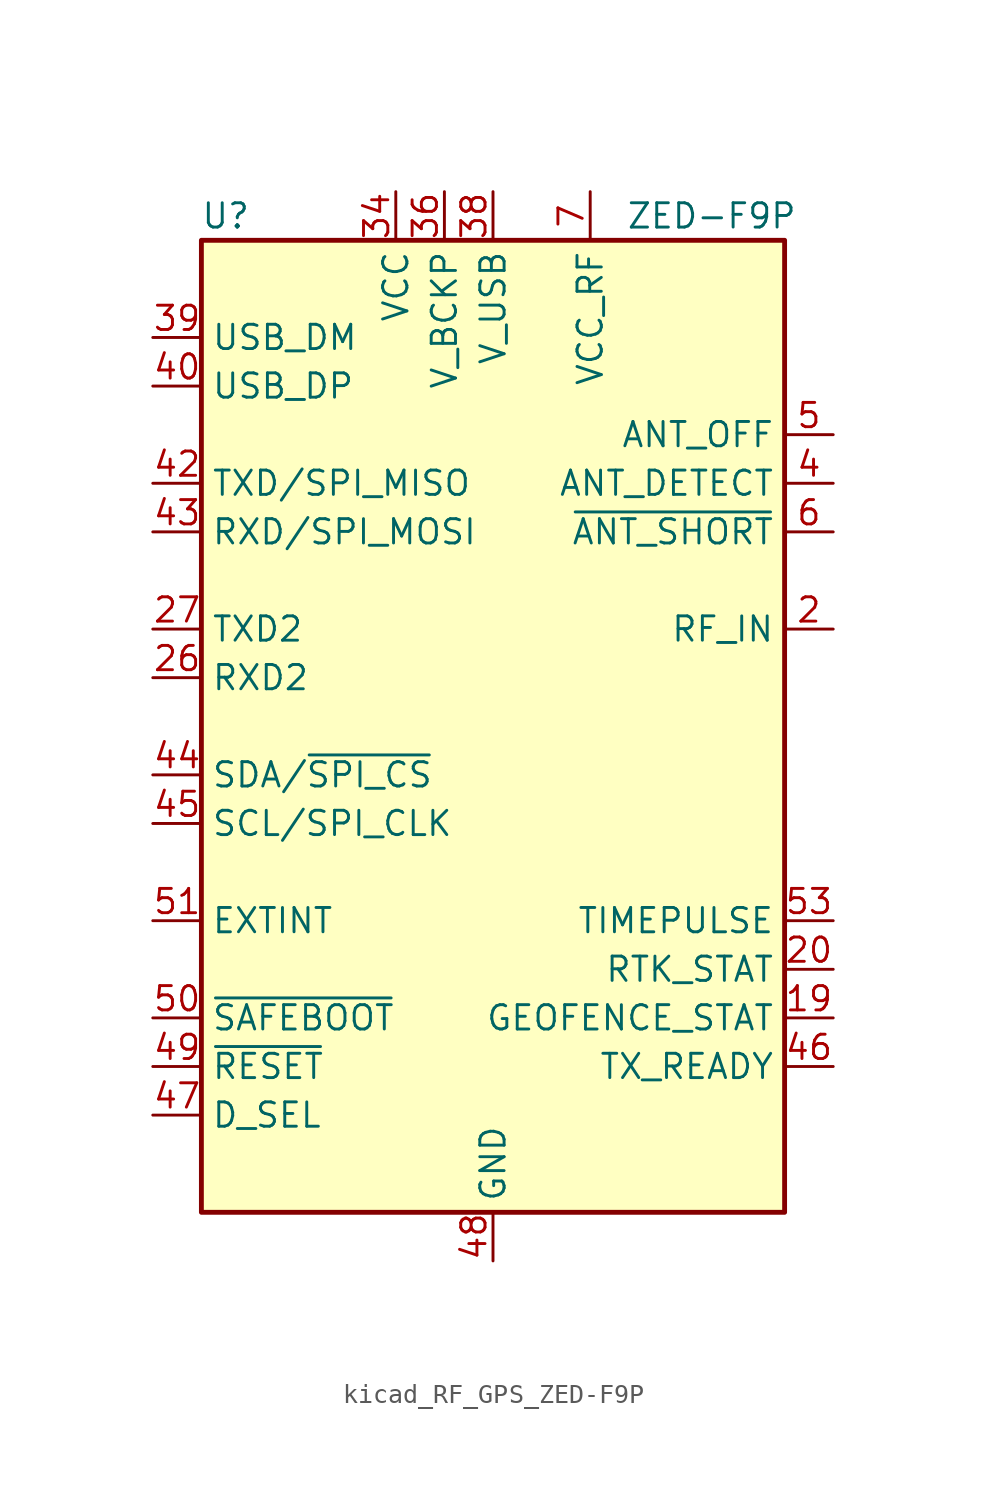
<source format=kicad_sym>
(kicad_symbol_lib
  (version 20220914)
  (generator kicad_symbol_editor)
  (symbol "kicad_RF_GPS_ZED-F9P"
    (property "Reference" "U"
      (at -13.97 26.67 0)
      (effects (font (size 1.27 1.27))))
    (property "Value" "ZED-F9P"
      (at 11.43 26.67 0)
      (effects (font (size 1.27 1.27))))
    (symbol "kicad_RF_GPS_ZED-F9P_0_1"
      (rectangle (start -15.24 25.4) (end 15.24 -25.4) (stroke (width 0.254) (type default)) (fill (type background))))
    (symbol "kicad_RF_GPS_ZED-F9P_1_1"
      (pin passive line (at 0 -27.94 90) (length 2.54) hide (name "GND" (effects (font (size 1.27 1.27)))) (number "1" (effects (font (size 1.27 1.27)))))
      (pin no_connect line (at -15.24 7.62 0) (length 2.54) hide (name "Reserved" (effects (font (size 1.27 1.27)))) (number "10" (effects (font (size 1.27 1.27)))))
      (pin no_connect line (at -15.24 0 0) (length 2.54) hide (name "Reserved" (effects (font (size 1.27 1.27)))) (number "11" (effects (font (size 1.27 1.27)))))
      (pin passive line (at 0 -27.94 90) (length 2.54) hide (name "GND" (effects (font (size 1.27 1.27)))) (number "12" (effects (font (size 1.27 1.27)))))
      (pin no_connect line (at -15.24 -7.62 0) (length 2.54) hide (name "Reserved" (effects (font (size 1.27 1.27)))) (number "13" (effects (font (size 1.27 1.27)))))
      (pin passive line (at 0 -27.94 90) (length 2.54) hide (name "GND" (effects (font (size 1.27 1.27)))) (number "14" (effects (font (size 1.27 1.27)))))
      (pin no_connect line (at -15.24 -12.7 0) (length 2.54) hide (name "Reserved" (effects (font (size 1.27 1.27)))) (number "15" (effects (font (size 1.27 1.27)))))
      (pin no_connect line (at -7.62 -25.4 90) (length 2.54) hide (name "Reserved" (effects (font (size 1.27 1.27)))) (number "16" (effects (font (size 1.27 1.27)))))
      (pin no_connect line (at -5.08 -25.4 90) (length 2.54) hide (name "Reserved" (effects (font (size 1.27 1.27)))) (number "17" (effects (font (size 1.27 1.27)))))
      (pin no_connect line (at -2.54 -25.4 90) (length 2.54) hide (name "Reserved" (effects (font (size 1.27 1.27)))) (number "18" (effects (font (size 1.27 1.27)))))
      (pin output line (at 17.78 -15.24 180) (length 2.54) (name "GEOFENCE_STAT" (effects (font (size 1.27 1.27)))) (number "19" (effects (font (size 1.27 1.27)))))
      (pin input line (at 17.78 5.08 180) (length 2.54) (name "RF_IN" (effects (font (size 1.27 1.27)))) (number "2" (effects (font (size 1.27 1.27)))))
      (pin output line (at 17.78 -12.7 180) (length 2.54) (name "RTK_STAT" (effects (font (size 1.27 1.27)))) (number "20" (effects (font (size 1.27 1.27)))))
      (pin no_connect line (at 2.54 -25.4 90) (length 2.54) hide (name "Reserved" (effects (font (size 1.27 1.27)))) (number "21" (effects (font (size 1.27 1.27)))))
      (pin no_connect line (at 5.08 -25.4 90) (length 2.54) hide (name "Reserved" (effects (font (size 1.27 1.27)))) (number "22" (effects (font (size 1.27 1.27)))))
      (pin no_connect line (at 7.62 -25.4 90) (length 2.54) hide (name "Reserved" (effects (font (size 1.27 1.27)))) (number "23" (effects (font (size 1.27 1.27)))))
      (pin no_connect line (at 15.24 -7.62 180) (length 2.54) hide (name "Reserved" (effects (font (size 1.27 1.27)))) (number "24" (effects (font (size 1.27 1.27)))))
      (pin no_connect line (at 15.24 -5.08 180) (length 2.54) hide (name "Reserved" (effects (font (size 1.27 1.27)))) (number "25" (effects (font (size 1.27 1.27)))))
      (pin input line (at -17.78 2.54 0) (length 2.54) (name "RXD2" (effects (font (size 1.27 1.27)))) (number "26" (effects (font (size 1.27 1.27)))))
      (pin output line (at -17.78 5.08 0) (length 2.54) (name "TXD2" (effects (font (size 1.27 1.27)))) (number "27" (effects (font (size 1.27 1.27)))))
      (pin no_connect line (at 15.24 -2.54 180) (length 2.54) hide (name "Reserved" (effects (font (size 1.27 1.27)))) (number "28" (effects (font (size 1.27 1.27)))))
      (pin no_connect line (at 15.24 0 180) (length 2.54) hide (name "Reserved" (effects (font (size 1.27 1.27)))) (number "29" (effects (font (size 1.27 1.27)))))
      (pin passive line (at 0 -27.94 90) (length 2.54) hide (name "GND" (effects (font (size 1.27 1.27)))) (number "3" (effects (font (size 1.27 1.27)))))
      (pin no_connect line (at 15.24 2.54 180) (length 2.54) hide (name "Reserved" (effects (font (size 1.27 1.27)))) (number "30" (effects (font (size 1.27 1.27)))))
      (pin no_connect line (at 15.24 7.62 180) (length 2.54) hide (name "Reserved" (effects (font (size 1.27 1.27)))) (number "31" (effects (font (size 1.27 1.27)))))
      (pin passive line (at 0 -27.94 90) (length 2.54) hide (name "GND" (effects (font (size 1.27 1.27)))) (number "32" (effects (font (size 1.27 1.27)))))
      (pin passive line (at -5.08 27.94 270) (length 2.54) hide (name "VCC" (effects (font (size 1.27 1.27)))) (number "33" (effects (font (size 1.27 1.27)))))
      (pin power_in line (at -5.08 27.94 270) (length 2.54) (name "VCC" (effects (font (size 1.27 1.27)))) (number "34" (effects (font (size 1.27 1.27)))))
      (pin no_connect line (at 15.24 17.78 180) (length 2.54) hide (name "Reserved" (effects (font (size 1.27 1.27)))) (number "35" (effects (font (size 1.27 1.27)))))
      (pin power_in line (at -2.54 27.94 270) (length 2.54) (name "V_BCKP" (effects (font (size 1.27 1.27)))) (number "36" (effects (font (size 1.27 1.27)))))
      (pin passive line (at 0 -27.94 90) (length 2.54) hide (name "GND" (effects (font (size 1.27 1.27)))) (number "37" (effects (font (size 1.27 1.27)))))
      (pin power_in line (at 0 27.94 270) (length 2.54) (name "V_USB" (effects (font (size 1.27 1.27)))) (number "38" (effects (font (size 1.27 1.27)))))
      (pin bidirectional line (at -17.78 20.32 0) (length 2.54) (name "USB_DM" (effects (font (size 1.27 1.27)))) (number "39" (effects (font (size 1.27 1.27)))))
      (pin input line (at 17.78 12.7 180) (length 2.54) (name "ANT_DETECT" (effects (font (size 1.27 1.27)))) (number "4" (effects (font (size 1.27 1.27)))))
      (pin bidirectional line (at -17.78 17.78 0) (length 2.54) (name "USB_DP" (effects (font (size 1.27 1.27)))) (number "40" (effects (font (size 1.27 1.27)))))
      (pin passive line (at 0 -27.94 90) (length 2.54) hide (name "GND" (effects (font (size 1.27 1.27)))) (number "41" (effects (font (size 1.27 1.27)))))
      (pin output line (at -17.78 12.7 0) (length 2.54) (name "TXD/SPI_MISO" (effects (font (size 1.27 1.27)))) (number "42" (effects (font (size 1.27 1.27)))))
      (pin input line (at -17.78 10.16 0) (length 2.54) (name "RXD/SPI_MOSI" (effects (font (size 1.27 1.27)))) (number "43" (effects (font (size 1.27 1.27)))))
      (pin bidirectional line (at -17.78 -2.54 0) (length 2.54) (name "SDA/~{SPI_CS}" (effects (font (size 1.27 1.27)))) (number "44" (effects (font (size 1.27 1.27)))))
      (pin bidirectional line (at -17.78 -5.08 0) (length 2.54) (name "SCL/SPI_CLK" (effects (font (size 1.27 1.27)))) (number "45" (effects (font (size 1.27 1.27)))))
      (pin output line (at 17.78 -17.78 180) (length 2.54) (name "TX_READY" (effects (font (size 1.27 1.27)))) (number "46" (effects (font (size 1.27 1.27)))))
      (pin input line (at -17.78 -20.32 0) (length 2.54) (name "D_SEL" (effects (font (size 1.27 1.27)))) (number "47" (effects (font (size 1.27 1.27)))))
      (pin power_in line (at 0 -27.94 90) (length 2.54) (name "GND" (effects (font (size 1.27 1.27)))) (number "48" (effects (font (size 1.27 1.27)))))
      (pin input line (at -17.78 -17.78 0) (length 2.54) (name "~{RESET}" (effects (font (size 1.27 1.27)))) (number "49" (effects (font (size 1.27 1.27)))))
      (pin output line (at 17.78 15.24 180) (length 2.54) (name "ANT_OFF" (effects (font (size 1.27 1.27)))) (number "5" (effects (font (size 1.27 1.27)))))
      (pin input line (at -17.78 -15.24 0) (length 2.54) (name "~{SAFEBOOT}" (effects (font (size 1.27 1.27)))) (number "50" (effects (font (size 1.27 1.27)))))
      (pin input line (at -17.78 -10.16 0) (length 2.54) (name "EXTINT" (effects (font (size 1.27 1.27)))) (number "51" (effects (font (size 1.27 1.27)))))
      (pin no_connect line (at 15.24 20.32 180) (length 2.54) hide (name "Reserved" (effects (font (size 1.27 1.27)))) (number "52" (effects (font (size 1.27 1.27)))))
      (pin output line (at 17.78 -10.16 180) (length 2.54) (name "TIMEPULSE" (effects (font (size 1.27 1.27)))) (number "53" (effects (font (size 1.27 1.27)))))
      (pin no_connect line (at 15.24 22.86 180) (length 2.54) hide (name "Reserved" (effects (font (size 1.27 1.27)))) (number "54" (effects (font (size 1.27 1.27)))))
      (pin passive line (at 0 -27.94 90) (length 2.54) hide (name "GND" (effects (font (size 1.27 1.27)))) (number "55" (effects (font (size 1.27 1.27)))))
      (pin input line (at 17.78 10.16 180) (length 2.54) (name "~{ANT_SHORT}" (effects (font (size 1.27 1.27)))) (number "6" (effects (font (size 1.27 1.27)))))
      (pin power_out line (at 5.08 27.94 270) (length 2.54) (name "VCC_RF" (effects (font (size 1.27 1.27)))) (number "7" (effects (font (size 1.27 1.27)))))
      (pin no_connect line (at -15.24 22.86 0) (length 2.54) hide (name "Reserved" (effects (font (size 1.27 1.27)))) (number "8" (effects (font (size 1.27 1.27)))))
      (pin no_connect line (at -15.24 15.24 0) (length 2.54) hide (name "Reserved" (effects (font (size 1.27 1.27)))) (number "9" (effects (font (size 1.27 1.27))))))))
</source>
